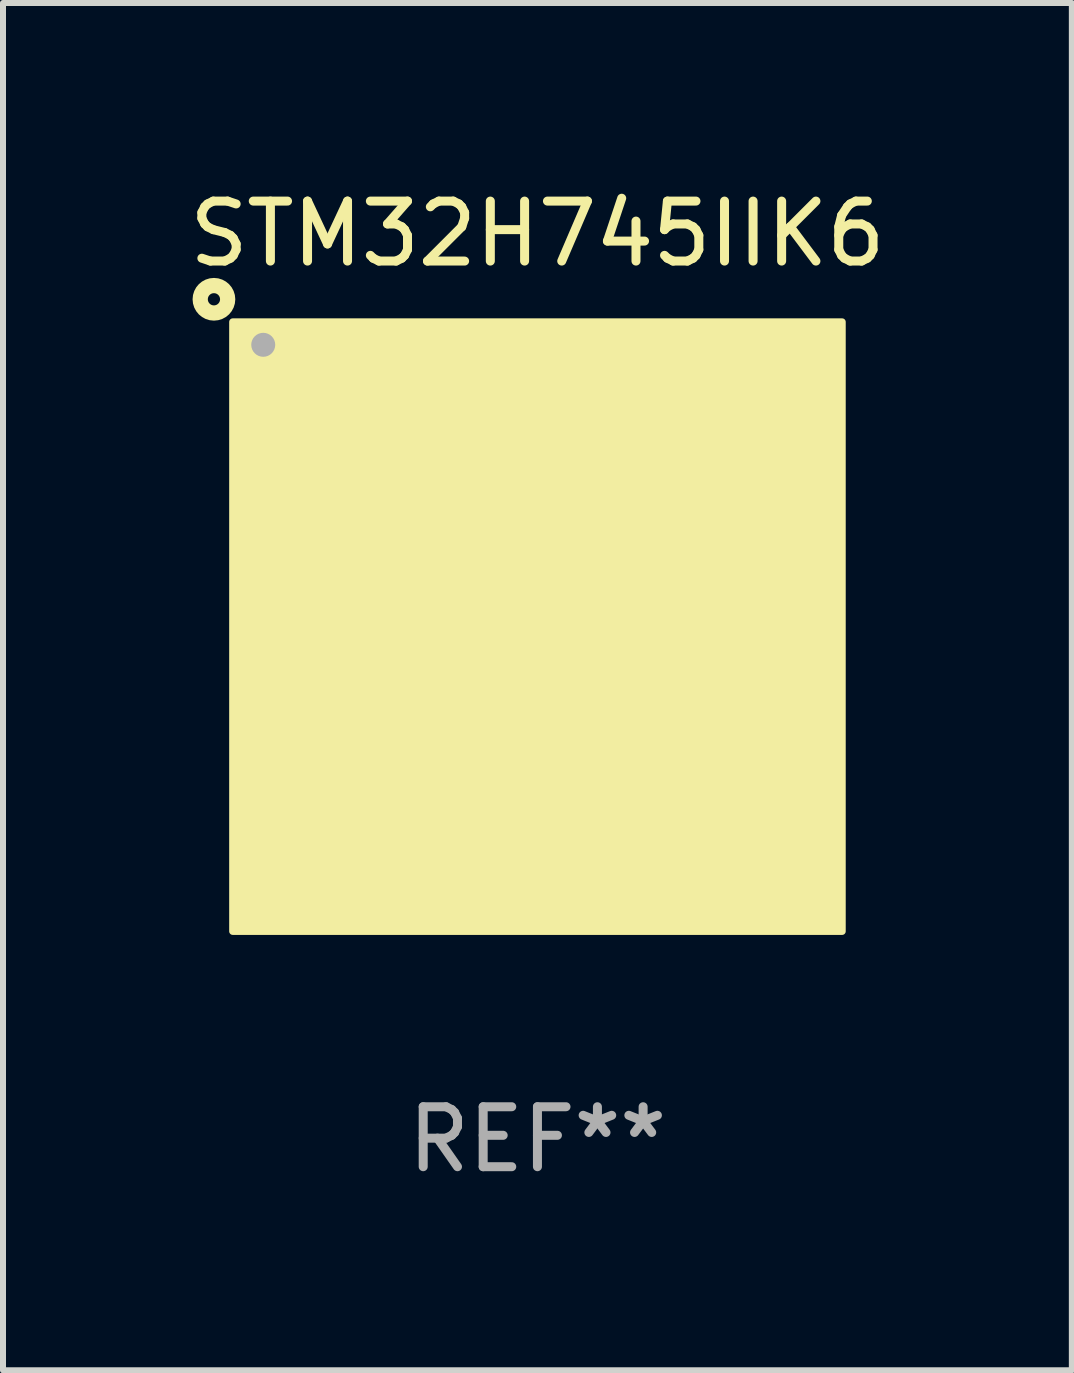
<source format=kicad_pcb>
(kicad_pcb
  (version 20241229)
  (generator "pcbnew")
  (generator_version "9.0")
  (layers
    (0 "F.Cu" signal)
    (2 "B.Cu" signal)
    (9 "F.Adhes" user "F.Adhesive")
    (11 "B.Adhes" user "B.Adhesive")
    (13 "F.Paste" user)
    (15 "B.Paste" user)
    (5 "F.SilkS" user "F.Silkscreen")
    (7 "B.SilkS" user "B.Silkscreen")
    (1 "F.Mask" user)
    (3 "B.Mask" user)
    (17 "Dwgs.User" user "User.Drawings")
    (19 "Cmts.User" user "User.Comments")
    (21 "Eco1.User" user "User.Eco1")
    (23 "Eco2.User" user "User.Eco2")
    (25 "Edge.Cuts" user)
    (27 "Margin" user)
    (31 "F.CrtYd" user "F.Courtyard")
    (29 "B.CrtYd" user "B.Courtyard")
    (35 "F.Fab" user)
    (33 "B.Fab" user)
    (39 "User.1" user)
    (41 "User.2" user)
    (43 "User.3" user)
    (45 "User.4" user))
  (footprint "STM32H745IIK6"
    (layer "F.Cu")
    (at 5.911 7.398)
    (property "Reference" "STM32H745IIK6" (at 0 -6.55 0) (layer "F.SilkS") (effects (font (size 1 1) (thickness 0.15))))
    (attr through_hole)
    (fp_circle (center -5.394 -5.458) (end -5.292 -5.458) (stroke (width 0.254) (type solid)) (fill no) (layer "F.SilkS"))
    (fp_circle (center -5 -5) (end -4.97 -5) (stroke (width 0.06) (type solid)) (fill no) (layer "F.SilkS"))
    (fp_poly (pts (xy -5.08 -5.08) (xy 5.08 -5.08) (xy 5.08 5.08) (xy -5.08 5.08)) (stroke (width 0.12) (type solid)) (fill yes) (layer "F.SilkS"))
    (fp_circle (center -4.572 -4.699) (end -4.472 -4.699) (stroke (width 0.2) (type solid)) (fill no) (layer "F.Fab"))
    (fp_text user "REF**" (at 0 8.55 0) (layer "F.Fab") (effects (font (size 1 1) (thickness 0.15))))
    (pad "A1" smd circle (at -4.55 -4.55) (size 0.3 0.3) (layers "F.Cu" "F.Mask" "F.Paste"))
    (pad "A2" smd circle (at -3.9 -4.55) (size 0.3 0.3) (layers "F.Cu" "F.Mask" "F.Paste"))
    (pad "A3" smd circle (at -3.25 -4.55) (size 0.3 0.3) (layers "F.Cu" "F.Mask" "F.Paste"))
    (pad "A4" smd circle (at -2.6 -4.55) (size 0.3 0.3) (layers "F.Cu" "F.Mask" "F.Paste"))
    (pad "A5" smd circle (at -1.95 -4.55) (size 0.3 0.3) (layers "F.Cu" "F.Mask" "F.Paste"))
    (pad "A6" smd circle (at -1.3 -4.55) (size 0.3 0.3) (layers "F.Cu" "F.Mask" "F.Paste"))
    (pad "A7" smd circle (at -0.65 -4.55) (size 0.3 0.3) (layers "F.Cu" "F.Mask" "F.Paste"))
    (pad "A8" smd circle (at -0.000127 -4.55) (size 0.3 0.3) (layers "F.Cu" "F.Mask" "F.Paste"))
    (pad "A9" smd circle (at 0.65 -4.55) (size 0.3 0.3) (layers "F.Cu" "F.Mask" "F.Paste"))
    (pad "A10" smd circle (at 1.3 -4.55) (size 0.3 0.3) (layers "F.Cu" "F.Mask" "F.Paste"))
    (pad "A11" smd circle (at 1.95 -4.55) (size 0.3 0.3) (layers "F.Cu" "F.Mask" "F.Paste"))
    (pad "A12" smd circle (at 2.6 -4.55) (size 0.3 0.3) (layers "F.Cu" "F.Mask" "F.Paste"))
    (pad "A13" smd circle (at 3.25 -4.55) (size 0.3 0.3) (layers "F.Cu" "F.Mask" "F.Paste"))
    (pad "A14" smd circle (at 3.9 -4.55) (size 0.3 0.3) (layers "F.Cu" "F.Mask" "F.Paste"))
    (pad "A15" smd circle (at 4.55 -4.55) (size 0.3 0.3) (layers "F.Cu" "F.Mask" "F.Paste"))
    (pad "B1" smd circle (at -4.55 -3.9) (size 0.3 0.3) (layers "F.Cu" "F.Mask" "F.Paste"))
    (pad "B2" smd circle (at -3.9 -3.9) (size 0.3 0.3) (layers "F.Cu" "F.Mask" "F.Paste"))
    (pad "B3" smd circle (at -3.25 -3.9) (size 0.3 0.3) (layers "F.Cu" "F.Mask" "F.Paste"))
    (pad "B4" smd circle (at -2.6 -3.9) (size 0.3 0.3) (layers "F.Cu" "F.Mask" "F.Paste"))
    (pad "B5" smd circle (at -1.95 -3.9) (size 0.3 0.3) (layers "F.Cu" "F.Mask" "F.Paste"))
    (pad "B6" smd circle (at -1.3 -3.9) (size 0.3 0.3) (layers "F.Cu" "F.Mask" "F.Paste"))
    (pad "B7" smd circle (at -0.65 -3.9) (size 0.3 0.3) (layers "F.Cu" "F.Mask" "F.Paste"))
    (pad "B8" smd circle (at 0.000127 -3.9) (size 0.3 0.3) (layers "F.Cu" "F.Mask" "F.Paste"))
    (pad "B9" smd circle (at 0.65 -3.9) (size 0.3 0.3) (layers "F.Cu" "F.Mask" "F.Paste"))
    (pad "B10" smd circle (at 1.3 -3.9) (size 0.3 0.3) (layers "F.Cu" "F.Mask" "F.Paste"))
    (pad "B11" smd circle (at 1.95 -3.9) (size 0.3 0.3) (layers "F.Cu" "F.Mask" "F.Paste"))
    (pad "B12" smd circle (at 2.6 -3.9) (size 0.3 0.3) (layers "F.Cu" "F.Mask" "F.Paste"))
    (pad "B13" smd circle (at 3.25 -3.9) (size 0.3 0.3) (layers "F.Cu" "F.Mask" "F.Paste"))
    (pad "B14" smd circle (at 3.9 -3.9) (size 0.3 0.3) (layers "F.Cu" "F.Mask" "F.Paste"))
    (pad "B15" smd circle (at 4.55 -3.9) (size 0.3 0.3) (layers "F.Cu" "F.Mask" "F.Paste"))
    (pad "C1" smd circle (at -4.55 -3.25) (size 0.3 0.3) (layers "F.Cu" "F.Mask" "F.Paste"))
    (pad "C2" smd circle (at -3.9 -3.25) (size 0.3 0.3) (layers "F.Cu" "F.Mask" "F.Paste"))
    (pad "C3" smd circle (at -3.25 -3.25) (size 0.3 0.3) (layers "F.Cu" "F.Mask" "F.Paste"))
    (pad "C4" smd circle (at -2.6 -3.25) (size 0.3 0.3) (layers "F.Cu" "F.Mask" "F.Paste"))
    (pad "C5" smd circle (at -1.95 -3.25) (size 0.3 0.3) (layers "F.Cu" "F.Mask" "F.Paste"))
    (pad "C6" smd circle (at -1.3 -3.25) (size 0.3 0.3) (layers "F.Cu" "F.Mask" "F.Paste"))
    (pad "C7" smd circle (at -0.65 -3.25) (size 0.3 0.3) (layers "F.Cu" "F.Mask" "F.Paste"))
    (pad "C8" smd circle (at 0.000127 -3.25) (size 0.3 0.3) (layers "F.Cu" "F.Mask" "F.Paste"))
    (pad "C9" smd circle (at 0.65 -3.25) (size 0.3 0.3) (layers "F.Cu" "F.Mask" "F.Paste"))
    (pad "C10" smd circle (at 1.3 -3.25) (size 0.3 0.3) (layers "F.Cu" "F.Mask" "F.Paste"))
    (pad "C11" smd circle (at 1.95 -3.25) (size 0.3 0.3) (layers "F.Cu" "F.Mask" "F.Paste"))
    (pad "C12" smd circle (at 2.6 -3.25) (size 0.3 0.3) (layers "F.Cu" "F.Mask" "F.Paste"))
    (pad "C13" smd circle (at 3.25 -3.25) (size 0.3 0.3) (layers "F.Cu" "F.Mask" "F.Paste"))
    (pad "C14" smd circle (at 3.9 -3.25) (size 0.3 0.3) (layers "F.Cu" "F.Mask" "F.Paste"))
    (pad "C15" smd circle (at 4.55 -3.25) (size 0.3 0.3) (layers "F.Cu" "F.Mask" "F.Paste"))
    (pad "D1" smd circle (at -4.55 -2.6) (size 0.3 0.3) (layers "F.Cu" "F.Mask" "F.Paste"))
    (pad "D2" smd circle (at -3.9 -2.6) (size 0.3 0.3) (layers "F.Cu" "F.Mask" "F.Paste"))
    (pad "D3" smd circle (at -3.25 -2.6) (size 0.3 0.3) (layers "F.Cu" "F.Mask" "F.Paste"))
    (pad "D4" smd circle (at -2.6 -2.6) (size 0.3 0.3) (layers "F.Cu" "F.Mask" "F.Paste"))
    (pad "D5" smd circle (at -1.95 -2.6) (size 0.3 0.3) (layers "F.Cu" "F.Mask" "F.Paste"))
    (pad "D6" smd circle (at -1.3 -2.6) (size 0.3 0.3) (layers "F.Cu" "F.Mask" "F.Paste"))
    (pad "D7" smd circle (at -0.65 -2.6) (size 0.3 0.3) (layers "F.Cu" "F.Mask" "F.Paste"))
    (pad "D8" smd circle (at -0.000127 -2.6) (size 0.3 0.3) (layers "F.Cu" "F.Mask" "F.Paste"))
    (pad "D9" smd circle (at 0.65 -2.6) (size 0.3 0.3) (layers "F.Cu" "F.Mask" "F.Paste"))
    (pad "D10" smd circle (at 1.3 -2.6) (size 0.3 0.3) (layers "F.Cu" "F.Mask" "F.Paste"))
    (pad "D11" smd circle (at 1.95 -2.6) (size 0.3 0.3) (layers "F.Cu" "F.Mask" "F.Paste"))
    (pad "D12" smd circle (at 2.6 -2.6) (size 0.3 0.3) (layers "F.Cu" "F.Mask" "F.Paste"))
    (pad "D13" smd circle (at 3.25 -2.6) (size 0.3 0.3) (layers "F.Cu" "F.Mask" "F.Paste"))
    (pad "D14" smd circle (at 3.9 -2.6) (size 0.3 0.3) (layers "F.Cu" "F.Mask" "F.Paste"))
    (pad "D15" smd circle (at 4.55 -2.6) (size 0.3 0.3) (layers "F.Cu" "F.Mask" "F.Paste"))
    (pad "E1" smd circle (at -4.55 -1.95) (size 0.3 0.3) (layers "F.Cu" "F.Mask" "F.Paste"))
    (pad "E2" smd circle (at -3.9 -1.95) (size 0.3 0.3) (layers "F.Cu" "F.Mask" "F.Paste"))
    (pad "E3" smd circle (at -3.25 -1.95) (size 0.3 0.3) (layers "F.Cu" "F.Mask" "F.Paste"))
    (pad "E4" smd circle (at -2.6 -1.95) (size 0.3 0.3) (layers "F.Cu" "F.Mask" "F.Paste"))
    (pad "E12" smd circle (at 2.6 -1.95) (size 0.3 0.3) (layers "F.Cu" "F.Mask" "F.Paste"))
    (pad "E13" smd circle (at 3.25 -1.95) (size 0.3 0.3) (layers "F.Cu" "F.Mask" "F.Paste"))
    (pad "E14" smd circle (at 3.9 -1.95) (size 0.3 0.3) (layers "F.Cu" "F.Mask" "F.Paste"))
    (pad "E15" smd circle (at 4.55 -1.95) (size 0.3 0.3) (layers "F.Cu" "F.Mask" "F.Paste"))
    (pad "F1" smd circle (at -4.55 -1.3) (size 0.3 0.3) (layers "F.Cu" "F.Mask" "F.Paste"))
    (pad "F2" smd circle (at -3.9 -1.3) (size 0.3 0.3) (layers "F.Cu" "F.Mask" "F.Paste"))
    (pad "F3" smd circle (at -3.25 -1.3) (size 0.3 0.3) (layers "F.Cu" "F.Mask" "F.Paste"))
    (pad "F4" smd circle (at -2.6 -1.3) (size 0.3 0.3) (layers "F.Cu" "F.Mask" "F.Paste"))
    (pad "F6" smd circle (at -1.3 -1.3) (size 0.3 0.3) (layers "F.Cu" "F.Mask" "F.Paste"))
    (pad "F7" smd circle (at -0.65 -1.3) (size 0.3 0.3) (layers "F.Cu" "F.Mask" "F.Paste"))
    (pad "F8" smd circle (at 0.000127 -1.3) (size 0.3 0.3) (layers "F.Cu" "F.Mask" "F.Paste"))
    (pad "F9" smd circle (at 0.65 -1.3) (size 0.3 0.3) (layers "F.Cu" "F.Mask" "F.Paste"))
    (pad "F10" smd circle (at 1.3 -1.3) (size 0.3 0.3) (layers "F.Cu" "F.Mask" "F.Paste"))
    (pad "F12" smd circle (at 2.6 -1.3) (size 0.3 0.3) (layers "F.Cu" "F.Mask" "F.Paste"))
    (pad "F13" smd circle (at 3.25 -1.3) (size 0.3 0.3) (layers "F.Cu" "F.Mask" "F.Paste"))
    (pad "F14" smd circle (at 3.9 -1.3) (size 0.3 0.3) (layers "F.Cu" "F.Mask" "F.Paste"))
    (pad "F15" smd circle (at 4.55 -1.3) (size 0.3 0.3) (layers "F.Cu" "F.Mask" "F.Paste"))
    (pad "G1" smd circle (at -4.55 -0.65) (size 0.3 0.3) (layers "F.Cu" "F.Mask" "F.Paste"))
    (pad "G2" smd circle (at -3.9 -0.65) (size 0.3 0.3) (layers "F.Cu" "F.Mask" "F.Paste"))
    (pad "G3" smd circle (at -3.25 -0.65) (size 0.3 0.3) (layers "F.Cu" "F.Mask" "F.Paste"))
    (pad "G4" smd circle (at -2.6 -0.65) (size 0.3 0.3) (layers "F.Cu" "F.Mask" "F.Paste"))
    (pad "G6" smd circle (at -1.3 -0.65) (size 0.3 0.3) (layers "F.Cu" "F.Mask" "F.Paste"))
    (pad "G7" smd circle (at -0.65 -0.65) (size 0.3 0.3) (layers "F.Cu" "F.Mask" "F.Paste"))
    (pad "G8" smd circle (at -0.000127 -0.65) (size 0.3 0.3) (layers "F.Cu" "F.Mask" "F.Paste"))
    (pad "G9" smd circle (at 0.65 -0.65) (size 0.3 0.3) (layers "F.Cu" "F.Mask" "F.Paste"))
    (pad "G10" smd circle (at 1.3 -0.65) (size 0.3 0.3) (layers "F.Cu" "F.Mask" "F.Paste"))
    (pad "G12" smd circle (at 2.6 -0.65) (size 0.3 0.3) (layers "F.Cu" "F.Mask" "F.Paste"))
    (pad "G13" smd circle (at 3.25 -0.65) (size 0.3 0.3) (layers "F.Cu" "F.Mask" "F.Paste"))
    (pad "G14" smd circle (at 3.9 -0.65) (size 0.3 0.3) (layers "F.Cu" "F.Mask" "F.Paste"))
    (pad "G15" smd circle (at 4.55 -0.65) (size 0.3 0.3) (layers "F.Cu" "F.Mask" "F.Paste"))
    (pad "H1" smd circle (at -4.55 -0.000127) (size 0.3 0.3) (layers "F.Cu" "F.Mask" "F.Paste"))
    (pad "H2" smd circle (at -3.9 -0.000127) (size 0.3 0.3) (layers "F.Cu" "F.Mask" "F.Paste"))
    (pad "H3" smd circle (at -3.25 -0.000127) (size 0.3 0.3) (layers "F.Cu" "F.Mask" "F.Paste"))
    (pad "H4" smd circle (at -2.6 -0.000127) (size 0.3 0.3) (layers "F.Cu" "F.Mask" "F.Paste"))
    (pad "H6" smd circle (at -1.3 -0.000127) (size 0.3 0.3) (layers "F.Cu" "F.Mask" "F.Paste"))
    (pad "H7" smd circle (at -0.65 -0.000127) (size 0.3 0.3) (layers "F.Cu" "F.Mask" "F.Paste"))
    (pad "H8" smd circle (at -0.000127 -0.000127) (size 0.3 0.3) (layers "F.Cu" "F.Mask" "F.Paste"))
    (pad "H9" smd circle (at 0.65 -0.000127) (size 0.3 0.3) (layers "F.Cu" "F.Mask" "F.Paste"))
    (pad "H10" smd circle (at 1.3 -0.000127) (size 0.3 0.3) (layers "F.Cu" "F.Mask" "F.Paste"))
    (pad "H12" smd circle (at 2.6 -0.000127) (size 0.3 0.3) (layers "F.Cu" "F.Mask" "F.Paste"))
    (pad "H13" smd circle (at 3.25 -0.000127) (size 0.3 0.3) (layers "F.Cu" "F.Mask" "F.Paste"))
    (pad "H14" smd circle (at 3.9 -0.000127) (size 0.3 0.3) (layers "F.Cu" "F.Mask" "F.Paste"))
    (pad "H15" smd circle (at 4.55 -0.000127) (size 0.3 0.3) (layers "F.Cu" "F.Mask" "F.Paste"))
    (pad "J1" smd circle (at -4.55 0.65) (size 0.3 0.3) (layers "F.Cu" "F.Mask" "F.Paste"))
    (pad "J2" smd circle (at -3.9 0.65) (size 0.3 0.3) (layers "F.Cu" "F.Mask" "F.Paste"))
    (pad "J3" smd circle (at -3.25 0.65) (size 0.3 0.3) (layers "F.Cu" "F.Mask" "F.Paste"))
    (pad "J4" smd circle (at -2.6 0.65) (size 0.3 0.3) (layers "F.Cu" "F.Mask" "F.Paste"))
    (pad "J6" smd circle (at -1.3 0.65) (size 0.3 0.3) (layers "F.Cu" "F.Mask" "F.Paste"))
    (pad "J7" smd circle (at -0.65 0.65) (size 0.3 0.3) (layers "F.Cu" "F.Mask" "F.Paste"))
    (pad "J8" smd circle (at -0.000127 0.65) (size 0.3 0.3) (layers "F.Cu" "F.Mask" "F.Paste"))
    (pad "J9" smd circle (at 0.65 0.65) (size 0.3 0.3) (layers "F.Cu" "F.Mask" "F.Paste"))
    (pad "J10" smd circle (at 1.3 0.65) (size 0.3 0.3) (layers "F.Cu" "F.Mask" "F.Paste"))
    (pad "J12" smd circle (at 2.6 0.65) (size 0.3 0.3) (layers "F.Cu" "F.Mask" "F.Paste"))
    (pad "J13" smd circle (at 3.25 0.65) (size 0.3 0.3) (layers "F.Cu" "F.Mask" "F.Paste"))
    (pad "J14" smd circle (at 3.9 0.65) (size 0.3 0.3) (layers "F.Cu" "F.Mask" "F.Paste"))
    (pad "J15" smd circle (at 4.55 0.65) (size 0.3 0.3) (layers "F.Cu" "F.Mask" "F.Paste"))
    (pad "K1" smd circle (at -4.55 1.3) (size 0.3 0.3) (layers "F.Cu" "F.Mask" "F.Paste"))
    (pad "K2" smd circle (at -3.9 1.3) (size 0.3 0.3) (layers "F.Cu" "F.Mask" "F.Paste"))
    (pad "K3" smd circle (at -3.25 1.3) (size 0.3 0.3) (layers "F.Cu" "F.Mask" "F.Paste"))
    (pad "K4" smd circle (at -2.6 1.3) (size 0.3 0.3) (layers "F.Cu" "F.Mask" "F.Paste"))
    (pad "K6" smd circle (at -1.3 1.3) (size 0.3 0.3) (layers "F.Cu" "F.Mask" "F.Paste"))
    (pad "K7" smd circle (at -0.65 1.3) (size 0.3 0.3) (layers "F.Cu" "F.Mask" "F.Paste"))
    (pad "K8" smd circle (at 0.000127 1.3) (size 0.3 0.3) (layers "F.Cu" "F.Mask" "F.Paste"))
    (pad "K9" smd circle (at 0.65 1.3) (size 0.3 0.3) (layers "F.Cu" "F.Mask" "F.Paste"))
    (pad "K10" smd circle (at 1.3 1.3) (size 0.3 0.3) (layers "F.Cu" "F.Mask" "F.Paste"))
    (pad "K12" smd circle (at 2.6 1.3) (size 0.3 0.3) (layers "F.Cu" "F.Mask" "F.Paste"))
    (pad "K13" smd circle (at 3.25 1.3) (size 0.3 0.3) (layers "F.Cu" "F.Mask" "F.Paste"))
    (pad "K14" smd circle (at 3.9 1.3) (size 0.3 0.3) (layers "F.Cu" "F.Mask" "F.Paste"))
    (pad "K15" smd circle (at 4.55 1.3) (size 0.3 0.3) (layers "F.Cu" "F.Mask" "F.Paste"))
    (pad "L1" smd circle (at -4.55 1.95) (size 0.3 0.3) (layers "F.Cu" "F.Mask" "F.Paste"))
    (pad "L2" smd circle (at -3.9 1.95) (size 0.3 0.3) (layers "F.Cu" "F.Mask" "F.Paste"))
    (pad "L3" smd circle (at -3.25 1.95) (size 0.3 0.3) (layers "F.Cu" "F.Mask" "F.Paste"))
    (pad "L4" smd circle (at -2.6 1.95) (size 0.3 0.3) (layers "F.Cu" "F.Mask" "F.Paste"))
    (pad "L12" smd circle (at 2.6 1.95) (size 0.3 0.3) (layers "F.Cu" "F.Mask" "F.Paste"))
    (pad "L13" smd circle (at 3.25 1.95) (size 0.3 0.3) (layers "F.Cu" "F.Mask" "F.Paste"))
    (pad "L14" smd circle (at 3.9 1.95) (size 0.3 0.3) (layers "F.Cu" "F.Mask" "F.Paste"))
    (pad "L15" smd circle (at 4.55 1.95) (size 0.3 0.3) (layers "F.Cu" "F.Mask" "F.Paste"))
    (pad "M1" smd circle (at -4.55 2.6) (size 0.3 0.3) (layers "F.Cu" "F.Mask" "F.Paste"))
    (pad "M2" smd circle (at -3.9 2.6) (size 0.3 0.3) (layers "F.Cu" "F.Mask" "F.Paste"))
    (pad "M3" smd circle (at -3.25 2.6) (size 0.3 0.3) (layers "F.Cu" "F.Mask" "F.Paste"))
    (pad "M4" smd circle (at -2.6 2.6) (size 0.3 0.3) (layers "F.Cu" "F.Mask" "F.Paste"))
    (pad "M5" smd circle (at -1.95 2.6) (size 0.3 0.3) (layers "F.Cu" "F.Mask" "F.Paste"))
    (pad "M6" smd circle (at -1.3 2.6) (size 0.3 0.3) (layers "F.Cu" "F.Mask" "F.Paste"))
    (pad "M7" smd circle (at -0.65 2.6) (size 0.3 0.3) (layers "F.Cu" "F.Mask" "F.Paste"))
    (pad "M8" smd circle (at -0.000127 2.6) (size 0.3 0.3) (layers "F.Cu" "F.Mask" "F.Paste"))
    (pad "M9" smd circle (at 0.65 2.6) (size 0.3 0.3) (layers "F.Cu" "F.Mask" "F.Paste"))
    (pad "M10" smd circle (at 1.3 2.6) (size 0.3 0.3) (layers "F.Cu" "F.Mask" "F.Paste"))
    (pad "M11" smd circle (at 1.95 2.6) (size 0.3 0.3) (layers "F.Cu" "F.Mask" "F.Paste"))
    (pad "M12" smd circle (at 2.6 2.6) (size 0.3 0.3) (layers "F.Cu" "F.Mask" "F.Paste"))
    (pad "M13" smd circle (at 3.25 2.6) (size 0.3 0.3) (layers "F.Cu" "F.Mask" "F.Paste"))
    (pad "M14" smd circle (at 3.9 2.6) (size 0.3 0.3) (layers "F.Cu" "F.Mask" "F.Paste"))
    (pad "M15" smd circle (at 4.55 2.6) (size 0.3 0.3) (layers "F.Cu" "F.Mask" "F.Paste"))
    (pad "N1" smd circle (at -4.55 3.25) (size 0.3 0.3) (layers "F.Cu" "F.Mask" "F.Paste"))
    (pad "N2" smd circle (at -3.9 3.25) (size 0.3 0.3) (layers "F.Cu" "F.Mask" "F.Paste"))
    (pad "N3" smd circle (at -3.25 3.25) (size 0.3 0.3) (layers "F.Cu" "F.Mask" "F.Paste"))
    (pad "N4" smd circle (at -2.6 3.25) (size 0.3 0.3) (layers "F.Cu" "F.Mask" "F.Paste"))
    (pad "N5" smd circle (at -1.95 3.25) (size 0.3 0.3) (layers "F.Cu" "F.Mask" "F.Paste"))
    (pad "N6" smd circle (at -1.3 3.25) (size 0.3 0.3) (layers "F.Cu" "F.Mask" "F.Paste"))
    (pad "N7" smd circle (at -0.65 3.25) (size 0.3 0.3) (layers "F.Cu" "F.Mask" "F.Paste"))
    (pad "N8" smd circle (at -0.000127 3.25) (size 0.3 0.3) (layers "F.Cu" "F.Mask" "F.Paste"))
    (pad "N9" smd circle (at 0.65 3.25) (size 0.3 0.3) (layers "F.Cu" "F.Mask" "F.Paste"))
    (pad "N10" smd circle (at 1.3 3.25) (size 0.3 0.3) (layers "F.Cu" "F.Mask" "F.Paste"))
    (pad "N11" smd circle (at 1.95 3.25) (size 0.3 0.3) (layers "F.Cu" "F.Mask" "F.Paste"))
    (pad "N12" smd circle (at 2.6 3.25) (size 0.3 0.3) (layers "F.Cu" "F.Mask" "F.Paste"))
    (pad "N13" smd circle (at 3.25 3.25) (size 0.3 0.3) (layers "F.Cu" "F.Mask" "F.Paste"))
    (pad "N14" smd circle (at 3.9 3.25) (size 0.3 0.3) (layers "F.Cu" "F.Mask" "F.Paste"))
    (pad "N15" smd circle (at 4.55 3.25) (size 0.3 0.3) (layers "F.Cu" "F.Mask" "F.Paste"))
    (pad "P1" smd circle (at -4.55 3.9) (size 0.3 0.3) (layers "F.Cu" "F.Mask" "F.Paste"))
    (pad "P2" smd circle (at -3.9 3.9) (size 0.3 0.3) (layers "F.Cu" "F.Mask" "F.Paste"))
    (pad "P3" smd circle (at -3.25 3.9) (size 0.3 0.3) (layers "F.Cu" "F.Mask" "F.Paste"))
    (pad "P4" smd circle (at -2.6 3.9) (size 0.3 0.3) (layers "F.Cu" "F.Mask" "F.Paste"))
    (pad "P5" smd circle (at -1.95 3.9) (size 0.3 0.3) (layers "F.Cu" "F.Mask" "F.Paste"))
    (pad "P6" smd circle (at -1.3 3.9) (size 0.3 0.3) (layers "F.Cu" "F.Mask" "F.Paste"))
    (pad "P7" smd circle (at -0.65 3.9) (size 0.3 0.3) (layers "F.Cu" "F.Mask" "F.Paste"))
    (pad "P8" smd circle (at 0.000127 3.9) (size 0.3 0.3) (layers "F.Cu" "F.Mask" "F.Paste"))
    (pad "P9" smd circle (at 0.65 3.9) (size 0.3 0.3) (layers "F.Cu" "F.Mask" "F.Paste"))
    (pad "P10" smd circle (at 1.3 3.9) (size 0.3 0.3) (layers "F.Cu" "F.Mask" "F.Paste"))
    (pad "P11" smd circle (at 1.95 3.9) (size 0.3 0.3) (layers "F.Cu" "F.Mask" "F.Paste"))
    (pad "P12" smd circle (at 2.6 3.9) (size 0.3 0.3) (layers "F.Cu" "F.Mask" "F.Paste"))
    (pad "P13" smd circle (at 3.25 3.9) (size 0.3 0.3) (layers "F.Cu" "F.Mask" "F.Paste"))
    (pad "P14" smd circle (at 3.9 3.9) (size 0.3 0.3) (layers "F.Cu" "F.Mask" "F.Paste"))
    (pad "P15" smd circle (at 4.55 3.9) (size 0.3 0.3) (layers "F.Cu" "F.Mask" "F.Paste"))
    (pad "R1" smd circle (at -4.55 4.55) (size 0.3 0.3) (layers "F.Cu" "F.Mask" "F.Paste"))
    (pad "R2" smd circle (at -3.9 4.55) (size 0.3 0.3) (layers "F.Cu" "F.Mask" "F.Paste"))
    (pad "R3" smd circle (at -3.25 4.55) (size 0.3 0.3) (layers "F.Cu" "F.Mask" "F.Paste"))
    (pad "R4" smd circle (at -2.6 4.55) (size 0.3 0.3) (layers "F.Cu" "F.Mask" "F.Paste"))
    (pad "R5" smd circle (at -1.95 4.55) (size 0.3 0.3) (layers "F.Cu" "F.Mask" "F.Paste"))
    (pad "R6" smd circle (at -1.3 4.55) (size 0.3 0.3) (layers "F.Cu" "F.Mask" "F.Paste"))
    (pad "R7" smd circle (at -0.65 4.55) (size 0.3 0.3) (layers "F.Cu" "F.Mask" "F.Paste"))
    (pad "R8" smd circle (at -0.000127 4.55) (size 0.3 0.3) (layers "F.Cu" "F.Mask" "F.Paste"))
    (pad "R9" smd circle (at 0.65 4.55) (size 0.3 0.3) (layers "F.Cu" "F.Mask" "F.Paste"))
    (pad "R10" smd circle (at 1.3 4.55) (size 0.3 0.3) (layers "F.Cu" "F.Mask" "F.Paste"))
    (pad "R11" smd circle (at 1.95 4.55) (size 0.3 0.3) (layers "F.Cu" "F.Mask" "F.Paste"))
    (pad "R12" smd circle (at 2.6 4.55) (size 0.3 0.3) (layers "F.Cu" "F.Mask" "F.Paste"))
    (pad "R13" smd circle (at 3.25 4.55) (size 0.3 0.3) (layers "F.Cu" "F.Mask" "F.Paste"))
    (pad "R14" smd circle (at 3.9 4.55) (size 0.3 0.3) (layers "F.Cu" "F.Mask" "F.Paste"))
    (pad "R15" smd circle (at 4.55 4.55) (size 0.3 0.3) (layers "F.Cu" "F.Mask" "F.Paste")))
  (gr_rect
    (start -3 -3)
    (end 14.821 19.797)
    (stroke (width 0.1) (type default))
    (fill no)
    (layer "Edge.Cuts")))
</source>
